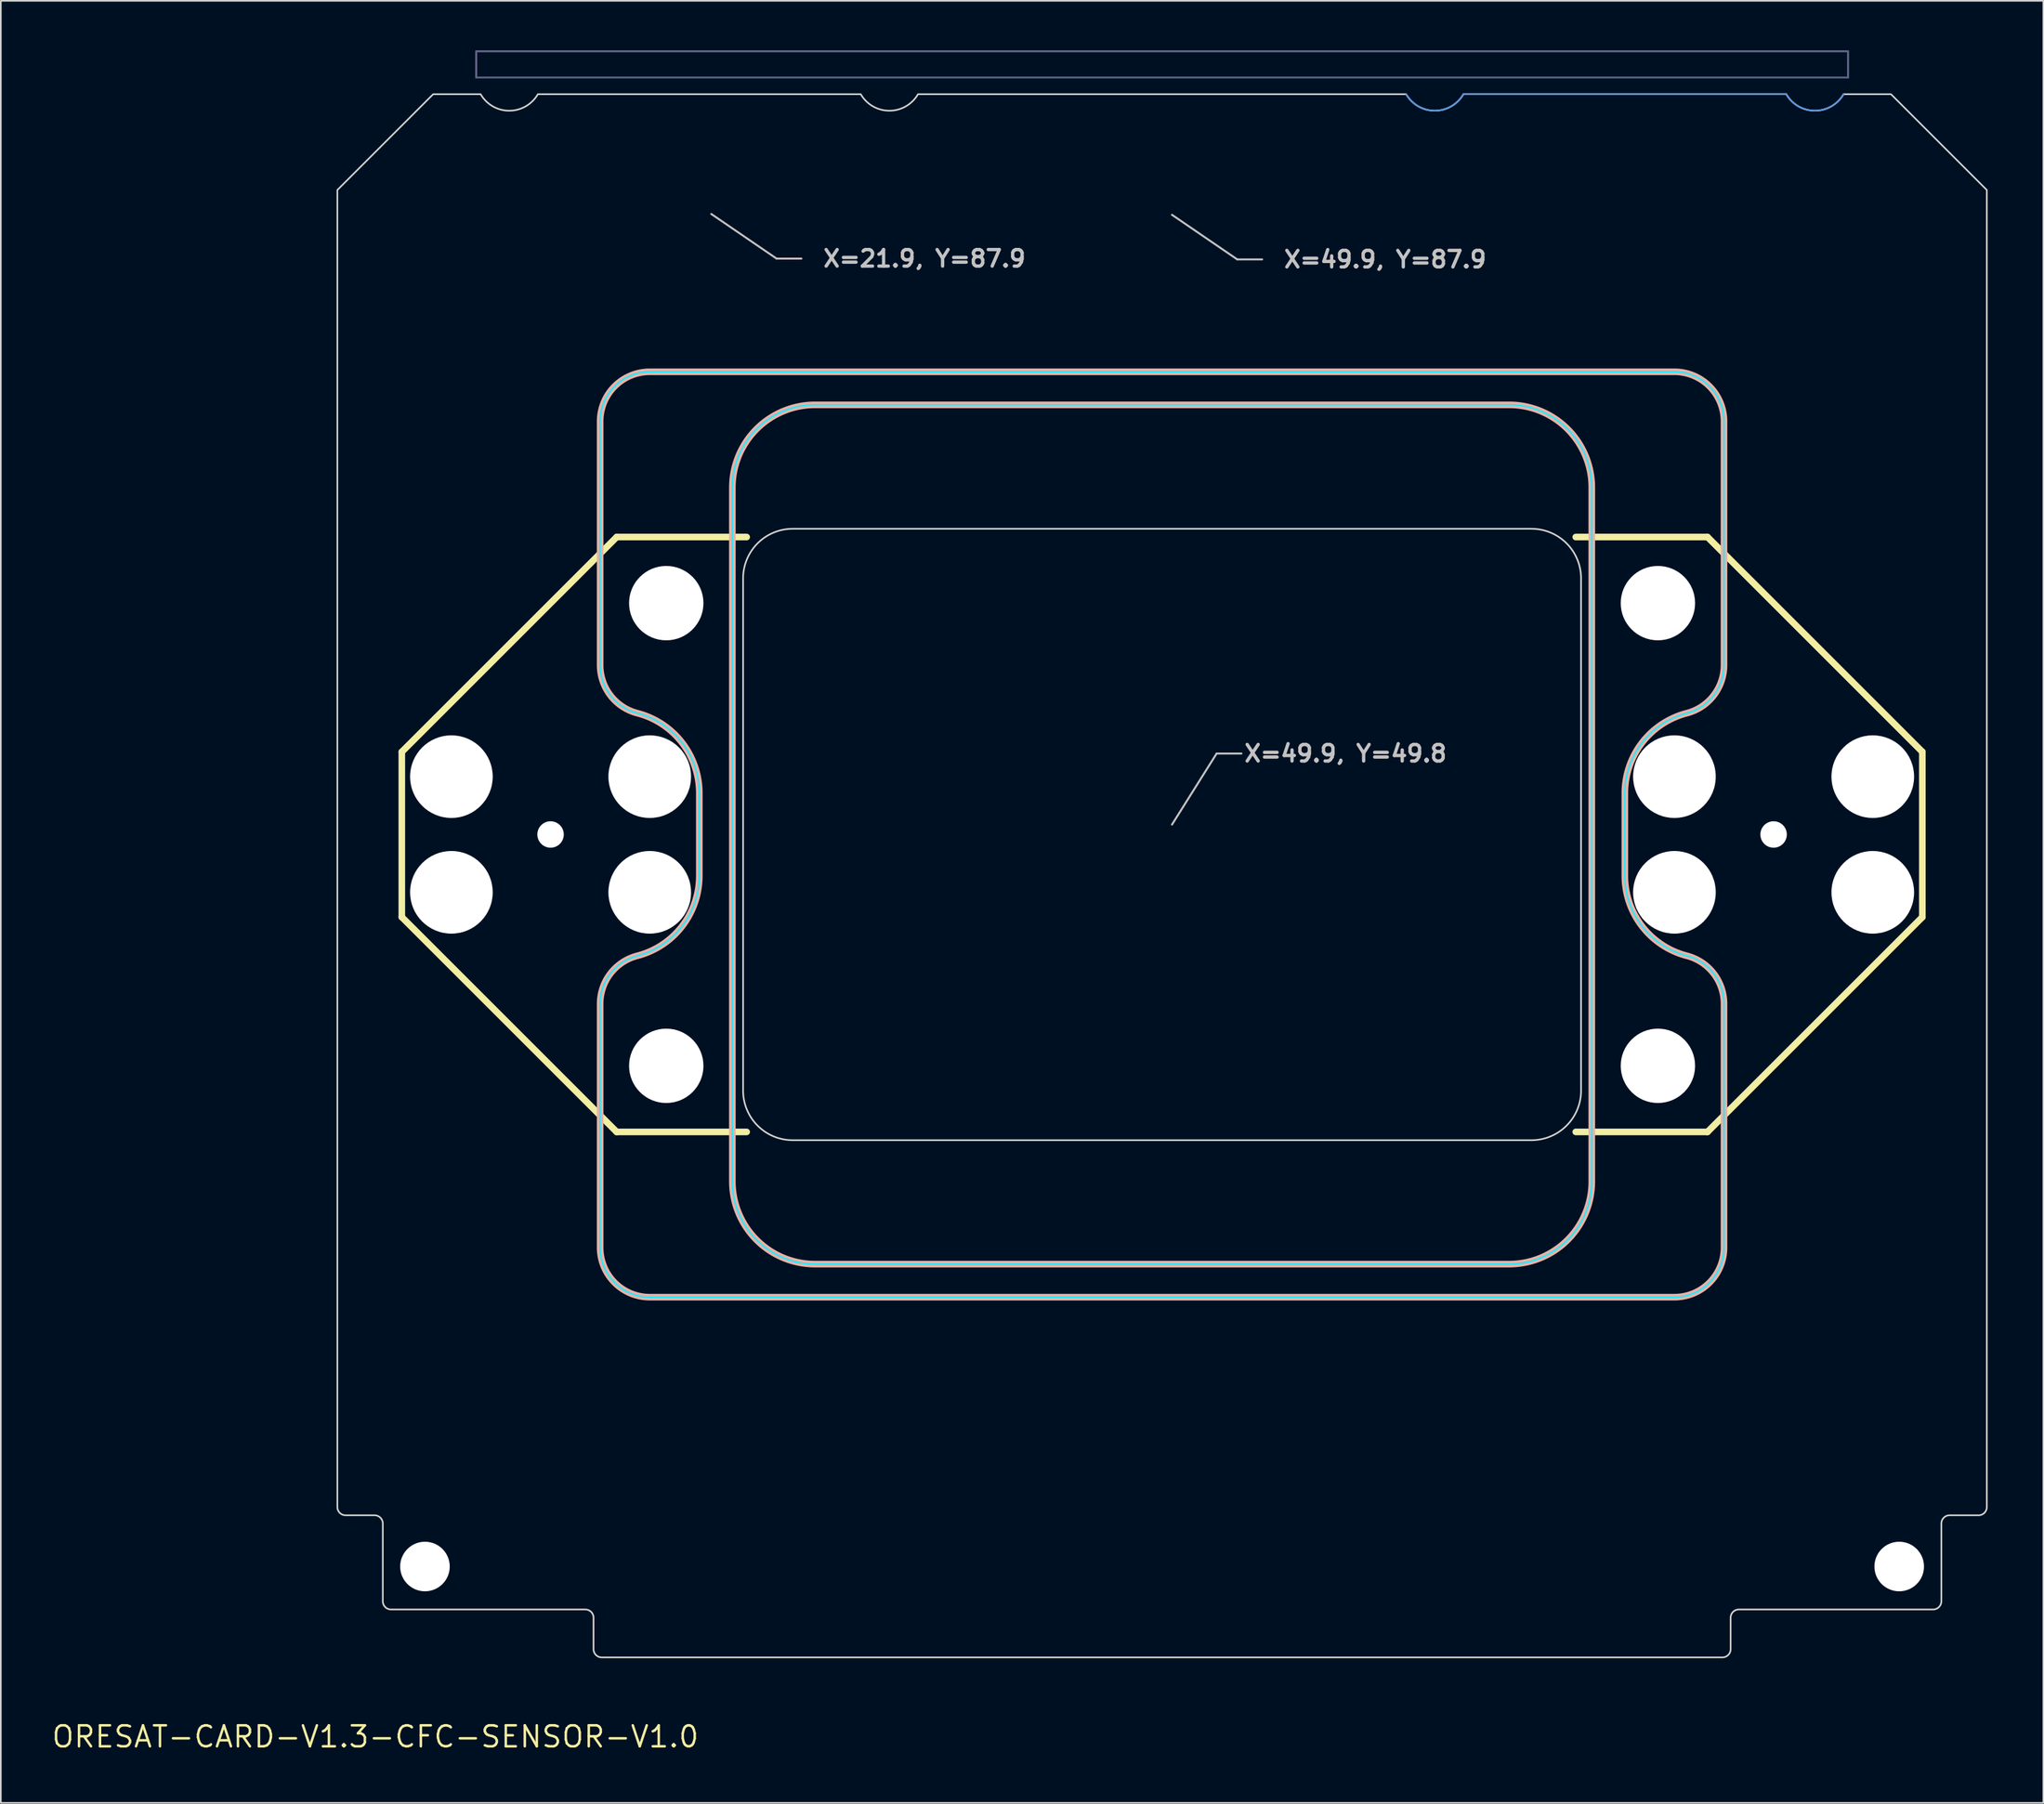
<source format=kicad_pcb>
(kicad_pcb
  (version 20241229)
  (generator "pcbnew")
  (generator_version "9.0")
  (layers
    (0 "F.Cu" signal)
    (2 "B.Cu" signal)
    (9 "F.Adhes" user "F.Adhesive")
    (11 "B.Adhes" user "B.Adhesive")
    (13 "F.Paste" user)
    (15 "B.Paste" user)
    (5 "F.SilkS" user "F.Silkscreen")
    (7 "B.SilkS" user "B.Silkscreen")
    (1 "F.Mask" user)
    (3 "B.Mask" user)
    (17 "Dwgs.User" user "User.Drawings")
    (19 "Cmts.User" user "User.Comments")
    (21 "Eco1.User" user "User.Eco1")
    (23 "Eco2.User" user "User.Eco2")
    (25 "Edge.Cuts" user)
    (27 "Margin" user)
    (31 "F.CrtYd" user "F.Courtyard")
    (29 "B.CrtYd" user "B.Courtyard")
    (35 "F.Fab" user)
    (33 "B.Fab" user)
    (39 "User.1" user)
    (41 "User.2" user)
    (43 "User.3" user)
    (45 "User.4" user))
  (footprint "ORESAT-CARD-V1.3-CFC-SENSOR-V1.0"
    (layer "F.Cu")
    (at 17.362 97.25)
    (property "Reference" "ORESAT-CARD-V1.3-CFC-SENSOR-V1.0" (at 2.3 4.8 0) (layer "F.SilkS") (effects (font (size 1.27 1.27) (thickness 0.15))))
    (fp_poly (pts (xy 2.75 -8.55) (xy 0.497 -8.55) (xy 0.358 -8.568) (xy 0.225 -8.623) (xy 0.111 -8.711) (xy 0.021 -8.827) (xy -0.05 -9.093) (xy -0.05 -88.821) (xy 2.75 -91.621)) (stroke (width 0) (type solid)) (fill yes) (layer "F.Mask"))
    (fp_poly (pts (xy 99.85 -88.822) (xy 99.85 -9.097) (xy 99.832 -8.958) (xy 99.777 -8.825) (xy 99.689 -8.711) (xy 99.575 -8.623) (xy 99.442 -8.568) (xy 99.303 -8.55) (xy 97.05 -8.55) (xy 97.05 -91.414)) (stroke (width 0) (type solid)) (fill yes) (layer "F.Mask"))
    (fp_poly (pts (xy 84.35 -0.497) (xy 84.332 -0.358) (xy 84.277 -0.225) (xy 84.189 -0.111) (xy 84.075 -0.023) (xy 83.942 0.032) (xy 83.803 0.05) (xy 15.997 0.05) (xy 15.858 0.032) (xy 15.725 -0.023) (xy 15.611 -0.111) (xy 15.521 -0.227) (xy 15.45 -0.493) (xy 15.45 -2.65) (xy 84.35 -2.65)) (stroke (width 0) (type solid)) (fill yes) (layer "F.Mask"))
    (fp_poly (pts (xy 2.75 -8.55) (xy 0.497 -8.55) (xy 0.358 -8.568) (xy 0.225 -8.623) (xy 0.111 -8.711) (xy 0.021 -8.827) (xy -0.05 -9.093) (xy -0.05 -88.821) (xy 2.75 -91.621)) (stroke (width 0) (type solid)) (fill yes) (layer "B.Mask"))
    (fp_poly (pts (xy 99.85 -88.822) (xy 99.85 -9.097) (xy 99.832 -8.958) (xy 99.777 -8.825) (xy 99.689 -8.711) (xy 99.575 -8.623) (xy 99.442 -8.568) (xy 99.303 -8.55) (xy 97.05 -8.55) (xy 97.05 -91.414)) (stroke (width 0) (type solid)) (fill yes) (layer "B.Mask"))
    (fp_poly (pts (xy 84.35 -0.497) (xy 84.332 -0.358) (xy 84.277 -0.225) (xy 84.189 -0.111) (xy 84.075 -0.023) (xy 83.942 0.032) (xy 83.803 0.05) (xy 15.997 0.05) (xy 15.858 0.032) (xy 15.725 -0.023) (xy 15.611 -0.111) (xy 15.521 -0.227) (xy 15.45 -0.493) (xy 15.45 -2.65) (xy 84.35 -2.65)) (stroke (width 0) (type solid)) (fill yes) (layer "B.Mask"))
    (fp_line (start 3.9 -54.8) (end 16.9 -67.8) (stroke (width 0.4) (type solid)) (layer "F.SilkS"))
    (fp_line (start 3.9 -44.8) (end 3.9 -54.8) (stroke (width 0.4) (type solid)) (layer "F.SilkS"))
    (fp_line (start 16.9 -67.8) (end 24.765 -67.8) (stroke (width 0.4) (type solid)) (layer "F.SilkS"))
    (fp_line (start 16.9 -31.8) (end 3.9 -44.8) (stroke (width 0.4) (type solid)) (layer "F.SilkS"))
    (fp_line (start 24.765 -31.8) (end 16.9 -31.8) (stroke (width 0.4) (type solid)) (layer "F.SilkS"))
    (fp_line (start 74.93 -67.8) (end 82.9 -67.8) (stroke (width 0.4) (type solid)) (layer "F.SilkS"))
    (fp_line (start 82.9 -67.8) (end 95.9 -54.8) (stroke (width 0.4) (type solid)) (layer "F.SilkS"))
    (fp_line (start 82.9 -31.8) (end 74.93 -31.8) (stroke (width 0.4) (type solid)) (layer "F.SilkS"))
    (fp_line (start 95.9 -54.8) (end 95.9 -44.8) (stroke (width 0.4) (type solid)) (layer "F.SilkS"))
    (fp_line (start 95.9 -44.8) (end 82.9 -31.8) (stroke (width 0.4) (type solid)) (layer "F.SilkS"))
    (fp_poly (pts (arc (start 28.9 -23.8) (mid 25.364459 -25.264463) (end 23.9 -28.8)) (arc (start 23.9 -70.8) (mid 25.364464 -74.335537) (end 28.9 -75.8)) (arc (start 70.9 -75.8) (mid 74.435527 -74.335531) (end 75.9 -70.8)) (arc (start 75.9 -28.8) (mid 74.435532 -25.264469) (end 70.9 -23.8))) (stroke (width 0.4) (type solid)) (fill no) (layer "B.SilkS"))
    (fp_poly (pts (arc (start 83.9 -74.8) (mid 83.021313 -76.921317) (end 80.9 -77.8)) (arc (start 18.9 -77.8) (mid 16.778677 -76.921323) (end 15.9 -74.8)) (arc (start 15.9 -60.045967) (mid 16.528272 -58.208844) (end 18.15 -57.141229)) (arc (start 18.15 -57.141229) (mid 20.85284 -55.36186) (end 21.9 -52.3)) (arc (start 21.9 -47.3) (mid 20.852845 -44.23814) (end 18.15 -42.458771)) (arc (start 18.15 -42.458771) (mid 16.528302 -41.391136) (end 15.9 -39.554033)) (arc (start 15.9 -24.8) (mid 16.778672 -22.678677) (end 18.9 -21.8)) (arc (start 80.9 -21.8) (mid 83.021318 -22.678682) (end 83.9 -24.8)) (arc (start 83.9 -39.554033) (mid 83.271715 -41.391151) (end 81.65 -42.458771)) (arc (start 81.65 -42.458771) (mid 78.947146 -44.238136) (end 77.9 -47.3)) (arc (start 77.9 -52.3) (mid 78.94715 -55.361865) (end 81.65 -57.141229)) (arc (start 81.65 -57.141229) (mid 83.271693 -58.208869) (end 83.9 -60.045967))) (stroke (width 0.4) (type solid)) (fill no) (layer "B.SilkS"))
    (fp_line (start 22.625 -87.35) (end 26.575 -84.65) (stroke (width 0.12) (type solid)) (layer "Dwgs.User"))
    (fp_line (start 26.575 -84.65) (end 28.075 -84.65) (stroke (width 0.12) (type solid)) (layer "Dwgs.User"))
    (fp_line (start 50.5 -87.3) (end 54.45 -84.6) (stroke (width 0.12) (type solid)) (layer "Dwgs.User"))
    (fp_line (start 50.5 -50.4) (end 53.2 -54.7) (stroke (width 0.12) (type solid)) (layer "Dwgs.User"))
    (fp_line (start 53.2 -54.7) (end 54.7 -54.7) (stroke (width 0.12) (type solid)) (layer "Dwgs.User"))
    (fp_line (start 54.45 -84.6) (end 55.95 -84.6) (stroke (width 0.12) (type solid)) (layer "Dwgs.User"))
    (fp_line (start 0 -88.8) (end 0 -9.1) (stroke (width 0.001) (type solid)) (layer "Cmts.User"))
    (fp_line (start 0.5 -8.6) (end 2.25 -8.6) (stroke (width 0.001) (type solid)) (layer "Cmts.User"))
    (fp_line (start 2.5 -91.3) (end 2.5 -8.6) (stroke (width 0.001) (type solid)) (layer "Cmts.User"))
    (fp_line (start 2.75 -8.1) (end 2.75 -3.4) (stroke (width 0.001) (type solid)) (layer "Cmts.User"))
    (fp_line (start 3.25 -2.9) (end 4.6 -2.9) (stroke (width 0.001) (type solid)) (layer "Cmts.User"))
    (fp_line (start 4.6 -93.4) (end 0 -88.8) (stroke (width 0.001) (type solid)) (layer "Cmts.User"))
    (fp_line (start 4.6 -2.9) (end 4.6 -93.4) (stroke (width 0.001) (type solid)) (layer "Cmts.User"))
    (fp_line (start 4.6 -2.9) (end 15 -2.9) (stroke (width 0.001) (type solid)) (layer "Cmts.User"))
    (fp_line (start 5.8 -94.6) (end 4.6 -93.4) (stroke (width 0.001) (type solid)) (layer "Cmts.User"))
    (fp_line (start 8.4 -95.6) (end 8.4 -97.2) (stroke (width 0.001) (type solid)) (layer "Cmts.User"))
    (fp_line (start 8.4 -2.9) (end 8.4 -94.6) (stroke (width 0.001) (type solid)) (layer "Cmts.User"))
    (fp_line (start 8.668 -94.6) (end 5.8 -94.6) (stroke (width 0.001) (type solid)) (layer "Cmts.User"))
    (fp_line (start 9.873 -87.9) (end 56.421 -87.9) (stroke (width 0.001) (type solid)) (layer "Cmts.User"))
    (fp_line (start 15.5 -2.4) (end 15.5 -0.5) (stroke (width 0.001) (type solid)) (layer "Cmts.User"))
    (fp_line (start 15.5 -2.4) (end 84.3 -2.4) (stroke (width 0.001) (type solid)) (layer "Cmts.User"))
    (fp_line (start 16 0) (end 83.8 0) (stroke (width 0.001) (type solid)) (layer "Cmts.User"))
    (fp_line (start 21.9 -89.9) (end 21.9 -85.9) (stroke (width 0.001) (type solid)) (layer "Cmts.User"))
    (fp_line (start 31.668 -94.6) (end 12.132 -94.6) (stroke (width 0.001) (type solid)) (layer "Cmts.User"))
    (fp_line (start 49.9 -44.572) (end 49.9 -89.9) (stroke (width 0.001) (type solid)) (layer "Cmts.User"))
    (fp_line (start 64.668 -94.6) (end 35.132 -94.6) (stroke (width 0.001) (type solid)) (layer "Cmts.User"))
    (fp_line (start 84.3 -0.5) (end 84.3 -2.4) (stroke (width 0.001) (type solid)) (layer "Cmts.User"))
    (fp_line (start 84.8 -2.9) (end 95.2 -2.9) (stroke (width 0.001) (type solid)) (layer "Cmts.User"))
    (fp_line (start 87.668 -94.6) (end 68.132 -94.6) (stroke (width 0.1) (type solid)) (layer "Cmts.User"))
    (fp_line (start 91.4 -97.2) (end 8.4 -97.2) (stroke (width 0.001) (type solid)) (layer "Cmts.User"))
    (fp_line (start 91.4 -97.2) (end 91.4 -95.6) (stroke (width 0.001) (type solid)) (layer "Cmts.User"))
    (fp_line (start 91.4 -95.6) (end 8.4 -95.6) (stroke (width 0.001) (type solid)) (layer "Cmts.User"))
    (fp_line (start 91.4 -2.9) (end 91.4 -94.6) (stroke (width 0.001) (type solid)) (layer "Cmts.User"))
    (fp_line (start 94 -94.6) (end 91.132 -94.6) (stroke (width 0.001) (type solid)) (layer "Cmts.User"))
    (fp_line (start 95.2 -93.4) (end 94 -94.6) (stroke (width 0.001) (type solid)) (layer "Cmts.User"))
    (fp_line (start 95.2 -2.9) (end 95.2 -93.4) (stroke (width 0.001) (type solid)) (layer "Cmts.User"))
    (fp_line (start 95.2 -2.9) (end 96.55 -2.9) (stroke (width 0.001) (type solid)) (layer "Cmts.User"))
    (fp_line (start 97.05 -3.4) (end 97.05 -8.1) (stroke (width 0.001) (type solid)) (layer "Cmts.User"))
    (fp_line (start 97.3 -8.55) (end 97.3 -91.3) (stroke (width 0.001) (type solid)) (layer "Cmts.User"))
    (fp_line (start 97.55 -8.6) (end 99.3 -8.6) (stroke (width 0.001) (type solid)) (layer "Cmts.User"))
    (fp_line (start 99.8 -88.8) (end 95.2 -93.4) (stroke (width 0.001) (type solid)) (layer "Cmts.User"))
    (fp_line (start 99.8 -9.1) (end 99.8 -88.8) (stroke (width 0.001) (type solid)) (layer "Cmts.User"))
    (fp_arc (start 0.5 -8.6) (mid 0.146447 -8.746447) (end 0 -9.1) (stroke (width 0.001) (type solid)) (layer "Cmts.User"))
    (fp_arc (start 2.25 -8.6) (mid 2.603553 -8.453553) (end 2.75 -8.1) (stroke (width 0.001) (type solid)) (layer "Cmts.User"))
    (fp_arc (start 3.25 -2.9) (mid 2.896447 -3.046447) (end 2.75 -3.4) (stroke (width 0.001) (type solid)) (layer "Cmts.User"))
    (fp_arc (start 12.13205 -94.6) (mid 10.400001 -93.6) (end 8.667951 -94.599999) (stroke (width 0.001) (type solid)) (layer "Cmts.User"))
    (fp_arc (start 15 -2.9) (mid 15.353553 -2.753553) (end 15.5 -2.4) (stroke (width 0.001) (type solid)) (layer "Cmts.User"))
    (fp_arc (start 16 0) (mid 15.646447 -0.146447) (end 15.5 -0.5) (stroke (width 0.001) (type solid)) (layer "Cmts.User"))
    (fp_arc (start 35.13205 -94.6) (mid 33.400001 -93.6) (end 31.667951 -94.599999) (stroke (width 0.001) (type solid)) (layer "Cmts.User"))
    (fp_arc (start 68.132052 -94.6) (mid 66.400001 -93.6) (end 64.66795 -94.6) (stroke (width 0.1) (type solid)) (layer "Cmts.User"))
    (fp_arc (start 84.3 -2.4) (mid 84.446447 -2.753553) (end 84.8 -2.9) (stroke (width 0.001) (type solid)) (layer "Cmts.User"))
    (fp_arc (start 84.3 -0.5) (mid 84.153553 -0.146447) (end 83.8 0) (stroke (width 0.001) (type solid)) (layer "Cmts.User"))
    (fp_arc (start 91.132052 -94.6) (mid 89.400001 -93.6) (end 87.66795 -94.6) (stroke (width 0.1) (type solid)) (layer "Cmts.User"))
    (fp_arc (start 97.05 -8.1) (mid 97.196447 -8.453553) (end 97.55 -8.6) (stroke (width 0.001) (type solid)) (layer "Cmts.User"))
    (fp_arc (start 97.05 -3.4) (mid 96.903553 -3.046447) (end 96.55 -2.9) (stroke (width 0.001) (type solid)) (layer "Cmts.User"))
    (fp_arc (start 99.8 -9.1) (mid 99.653553 -8.746447) (end 99.3 -8.6) (stroke (width 0.001) (type solid)) (layer "Cmts.User"))
    (fp_circle (center 49.9 -49.8) (end 52.4 -49.8) (stroke (width 0.001) (type solid)) (fill no) (layer "Cmts.User"))
    (fp_poly (pts (arc (start 75.25 -65.3) (mid 75.246232 -65.449902) (end 75.235019 -65.599432)) (arc (start 75.235019 -65.599432) (mid 74.819122 -66.848904) (end 73.908312 -67.8)) (arc (start 73.908312 -67.8) (mid 73.116071 -68.172435) (end 72.25 -68.3)) (arc (start 27.55 -68.3) (mid 26.683927 -68.172443) (end 25.891688 -67.8)) (arc (start 25.891688 -67.8) (mid 24.980878 -66.848906) (end 24.564981 -65.599432)) (arc (start 24.564981 -65.599432) (mid 24.553764 -65.449903) (end 24.55 -65.3)) (xy 24.55 -61.962) (arc (start 24.55 -34.3) (mid 24.553768 -34.150098) (end 24.564981 -34.000568)) (arc (start 24.564981 -34.000568) (mid 24.980878 -32.751096) (end 25.891688 -31.8)) (arc (start 25.891688 -31.8) (mid 26.683929 -31.427565) (end 27.55 -31.3)) (arc (start 72.25 -31.3) (mid 73.116073 -31.427557) (end 73.908312 -31.8)) (arc (start 73.908312 -31.8) (mid 74.819111 -32.751103) (end 75.235019 -34.000568)) (arc (start 75.235019 -34.000568) (mid 75.246236 -34.150097) (end 75.25 -34.3)) (xy 75.25 -37.638) (xy 75.25 -61.962)) (stroke (width 0.1) (type solid)) (fill no) (layer "Edge.Cuts"))
    (fp_poly (pts (arc (start 15.5 -0.5) (mid 15.646453 -0.146451) (end 16 0)) (arc (start 83.8 0) (mid 84.15355 -0.146457) (end 84.3 -0.5)) (arc (start 84.3 -2.4) (mid 84.446443 -2.753564) (end 84.8 -2.9)) (arc (start 96.55 -2.9) (mid 96.90355 -3.046457) (end 97.05 -3.4)) (arc (start 97.05 -8.1) (mid 97.196443 -8.453564) (end 97.55 -8.6)) (arc (start 99.3 -8.6) (mid 99.65355 -8.746457) (end 99.8 -9.1)) (xy 99.8 -88.802) (xy 94.002 -94.6) (arc (start 91.132051 -94.6) (mid 89.4 -93.6) (end 87.667949 -94.6)) (arc (start 68.132051 -94.6) (mid 66.4 -93.6) (end 64.667949 -94.6)) (arc (start 35.132051 -94.6) (mid 33.4 -93.6) (end 31.667949 -94.6)) (arc (start 12.132051 -94.6) (mid 10.4 -93.6) (end 8.667949 -94.6)) (xy 5.798 -94.6) (xy 0 -88.802) (arc (start 0 -9.1) (mid 0.146453 -8.746451) (end 0.5 -8.6)) (arc (start 2.25 -8.6) (mid 2.60356 -8.453558) (end 2.75 -8.1)) (arc (start 2.75 -3.4) (mid 2.896453 -3.046451) (end 3.25 -2.9)) (arc (start 15 -2.9) (mid 15.35356 -2.753558) (end 15.5 -2.4))) (stroke (width 0.1) (type solid)) (fill no) (layer "Edge.Cuts"))
    (fp_line (start -0.4 -93.4) (end -0.4 0.6) (stroke (width 0.001) (type solid)) (layer "B.CrtYd"))
    (fp_line (start -0.4 0.6) (end 100.22 0.6) (stroke (width 0.001) (type solid)) (layer "B.CrtYd"))
    (fp_line (start 3.1 -93.4) (end -0.4 -93.4) (stroke (width 0.001) (type solid)) (layer "B.CrtYd"))
    (fp_line (start 3.1 -2.9) (end 3.1 -93.4) (stroke (width 0.001) (type solid)) (layer "B.CrtYd"))
    (fp_line (start 3.1 -2.9) (end 96.7 -2.9) (stroke (width 0.001) (type solid)) (layer "B.CrtYd"))
    (fp_line (start 96.7 -93.4) (end 100.22 -93.4) (stroke (width 0.001) (type solid)) (layer "B.CrtYd"))
    (fp_line (start 96.7 -2.9) (end 96.7 -93.4) (stroke (width 0.001) (type solid)) (layer "B.CrtYd"))
    (fp_line (start 100.22 -93.4) (end 100.22 0.6) (stroke (width 0.001) (type solid)) (layer "B.CrtYd"))
    (fp_poly (pts (arc (start 28.9 -23.8) (mid 25.364459 -25.264463) (end 23.9 -28.8)) (arc (start 23.9 -70.8) (mid 25.364464 -74.335537) (end 28.9 -75.8)) (arc (start 70.9 -75.8) (mid 74.435527 -74.335531) (end 75.9 -70.8)) (arc (start 75.9 -28.8) (mid 74.435532 -25.264469) (end 70.9 -23.8))) (stroke (width 0.1) (type solid)) (fill no) (layer "B.CrtYd"))
    (fp_poly (pts (arc (start 83.9 -74.8) (mid 83.021313 -76.921317) (end 80.9 -77.8)) (arc (start 18.9 -77.8) (mid 16.778677 -76.921323) (end 15.9 -74.8)) (arc (start 15.9 -60.045967) (mid 16.528272 -58.208844) (end 18.15 -57.141229)) (arc (start 18.15 -57.141229) (mid 20.85284 -55.36186) (end 21.9 -52.3)) (arc (start 21.9 -47.3) (mid 20.852845 -44.23814) (end 18.15 -42.458771)) (arc (start 18.15 -42.458771) (mid 16.528302 -41.391136) (end 15.9 -39.554033)) (arc (start 15.9 -24.8) (mid 16.778672 -22.678677) (end 18.9 -21.8)) (arc (start 80.9 -21.8) (mid 83.021318 -22.678682) (end 83.9 -24.8)) (arc (start 83.9 -39.554033) (mid 83.271715 -41.391151) (end 81.65 -42.458771)) (arc (start 81.65 -42.458771) (mid 78.947146 -44.238136) (end 77.9 -47.3)) (arc (start 77.9 -52.3) (mid 78.94715 -55.361865) (end 81.65 -57.141229)) (arc (start 81.65 -57.141229) (mid 83.271693 -58.208869) (end 83.9 -60.045967))) (stroke (width 0.1) (type solid)) (fill no) (layer "B.CrtYd"))
    (fp_line (start -0.4 -93.4) (end -0.4 0.6) (stroke (width 0.001) (type solid)) (layer "F.CrtYd"))
    (fp_line (start -0.4 0.6) (end 100.22 0.6) (stroke (width 0.001) (type solid)) (layer "F.CrtYd"))
    (fp_line (start 3.1 -93.4) (end -0.4 -93.4) (stroke (width 0.001) (type solid)) (layer "F.CrtYd"))
    (fp_line (start 3.1 -2.9) (end 3.1 -93.4) (stroke (width 0.001) (type solid)) (layer "F.CrtYd"))
    (fp_line (start 3.1 -2.9) (end 96.7 -2.9) (stroke (width 0.001) (type solid)) (layer "F.CrtYd"))
    (fp_line (start 96.7 -93.4) (end 100.22 -93.4) (stroke (width 0.001) (type solid)) (layer "F.CrtYd"))
    (fp_line (start 96.7 -2.9) (end 96.7 -93.4) (stroke (width 0.001) (type solid)) (layer "F.CrtYd"))
    (fp_line (start 100.22 -93.4) (end 100.22 0.6) (stroke (width 0.001) (type solid)) (layer "F.CrtYd"))
    (fp_line (start 4.6 -2.9) (end 4.6 -93.4) (stroke (width 0.001) (type solid)) (layer "B.Fab"))
    (fp_line (start 8.4 -2.9) (end 8.4 -94.6) (stroke (width 0.001) (type solid)) (layer "B.Fab"))
    (fp_line (start 91.4 -2.9) (end 91.4 -94.6) (stroke (width 0.001) (type solid)) (layer "B.Fab"))
    (fp_line (start 95.2 -2.9) (end 95.2 -93.4) (stroke (width 0.001) (type solid)) (layer "B.Fab"))
    (fp_poly (pts (xy 8.4 -95.6) (xy 91.4 -95.6) (xy 91.4 -97.2) (xy 8.4 -97.2)) (stroke (width 0.1) (type solid)) (fill no) (layer "B.Fab"))
    (fp_line (start 4.6 -2.9) (end 4.6 -93.4) (stroke (width 0.001) (type solid)) (layer "F.Fab"))
    (fp_line (start 8.4 -2.9) (end 8.4 -94.6) (stroke (width 0.001) (type solid)) (layer "F.Fab"))
    (fp_line (start 20.9 -87.894) (end 22.9 -87.894) (stroke (width 0.001) (type solid)) (layer "F.Fab"))
    (fp_line (start 21.9 -88.894) (end 21.9 -86.894) (stroke (width 0.001) (type solid)) (layer "F.Fab"))
    (fp_line (start 48.9 -87.894) (end 50.9 -87.894) (stroke (width 0.001) (type solid)) (layer "F.Fab"))
    (fp_line (start 48.9 -49.8) (end 50.9 -49.8) (stroke (width 0.001) (type solid)) (layer "F.Fab"))
    (fp_line (start 49.9 -88.894) (end 49.9 -86.894) (stroke (width 0.001) (type solid)) (layer "F.Fab"))
    (fp_line (start 49.9 -50.8) (end 49.9 -48.8) (stroke (width 0.001) (type solid)) (layer "F.Fab"))
    (fp_line (start 91.4 -2.9) (end 91.4 -94.6) (stroke (width 0.001) (type solid)) (layer "F.Fab"))
    (fp_line (start 95.2 -2.9) (end 95.2 -93.4) (stroke (width 0.001) (type solid)) (layer "F.Fab"))
    (fp_circle (center 21.9 -87.894) (end 22.4 -87.894) (stroke (width 0.001) (type solid)) (fill no) (layer "F.Fab"))
    (fp_circle (center 49.9 -87.894) (end 50.4 -87.894) (stroke (width 0.001) (type solid)) (fill no) (layer "F.Fab"))
    (fp_circle (center 49.9 -49.8) (end 50.4 -49.8) (stroke (width 0.001) (type solid)) (fill no) (layer "F.Fab"))
    (fp_poly (pts (xy 8.4 -95.6) (xy 91.4 -95.6) (xy 91.4 -97.2) (xy 8.4 -97.2)) (stroke (width 0.1) (type solid)) (fill no) (layer "F.Fab"))
    (fp_text user "X=49.9, Y=87.9" (at 63.4 -84.6 0) (unlocked yes) (layer "Dwgs.User") (effects (font (size 1 1) (thickness 0.2))))
    (fp_text user "X=21.9, Y=87.9" (at 35.525 -84.65 0) (unlocked yes) (layer "Dwgs.User") (effects (font (size 1 1) (thickness 0.2))))
    (fp_text user "X=49.9, Y=49.8" (at 61 -54.7 0) (unlocked yes) (layer "Dwgs.User") (effects (font (size 1 1) (thickness 0.2))))
    (pad "" np_thru_hole circle (at 5.3 -5.5) (size 3 3) (drill 3) (layers "*.Cu" "*.Mask"))
    (pad "" np_thru_hole circle (at 6.9 -53.3 180) (size 5 5) (drill 5) (layers "*.Cu" "*.Mask"))
    (pad "" np_thru_hole circle (at 6.9 -46.3 180) (size 5 5) (drill 5) (layers "*.Cu" "*.Mask"))
    (pad "" np_thru_hole circle (at 12.9 -49.8) (size 1.6 1.6) (drill 1.6) (layers "*.Cu" "*.Mask"))
    (pad "" np_thru_hole circle (at 18.9 -53.3 180) (size 5 5) (drill 5) (layers "*.Cu" "*.Mask"))
    (pad "" np_thru_hole circle (at 18.9 -46.3 180) (size 5 5) (drill 5) (layers "*.Cu" "*.Mask"))
    (pad "" np_thru_hole circle (at 19.9 -63.8 90) (size 4.5 4.5) (drill 4.5) (layers "*.Cu" "*.Mask"))
    (pad "" np_thru_hole circle (at 19.9 -35.8 90) (size 4.5 4.5) (drill 4.5) (layers "*.Cu" "*.Mask"))
    (pad "" np_thru_hole circle (at 79.9 -63.8 90) (size 4.5 4.5) (drill 4.5) (layers "*.Cu" "*.Mask"))
    (pad "" np_thru_hole circle (at 79.9 -35.8 90) (size 4.5 4.5) (drill 4.5) (layers "*.Cu" "*.Mask"))
    (pad "" np_thru_hole circle (at 80.9 -53.3 180) (size 5 5) (drill 5) (layers "*.Cu" "*.Mask"))
    (pad "" np_thru_hole circle (at 80.9 -46.3 180) (size 5 5) (drill 5) (layers "*.Cu" "*.Mask"))
    (pad "" np_thru_hole circle (at 86.9 -49.8) (size 1.6 1.6) (drill 1.6) (layers "*.Cu" "*.Mask"))
    (pad "" np_thru_hole circle (at 92.9 -53.3 180) (size 5 5) (drill 5) (layers "*.Cu" "*.Mask"))
    (pad "" np_thru_hole circle (at 92.9 -46.3 180) (size 5 5) (drill 5) (layers "*.Cu" "*.Mask"))
    (pad "" np_thru_hole circle (at 94.5 -5.5) (size 3 3) (drill 3) (layers "*.Cu" "*.Mask"))
    (zone (net_name "") (layer "F.Cu") (name "Under-heat-spreader") (hatch edge 0.5) (connect_pads) (min_thickness 0.25) (filled_areas_thickness no) (keepout (tracks allowed) (vias allowed) (pads not_allowed) (copperpour allowed) (footprints not_allowed)) (placement (enabled no)) (fill) (polygon (pts (xy 113.262 42.45) (xy 113.262 52.45) (xy 100.262 65.45) (xy 34.262 65.45) (xy 21.262 52.45) (xy 21.262 42.45) (xy 34.262 29.45) (xy 100.262 29.45))))
    (zone (net_name "") (layer "F.Cu") (name "lens_mount") (hatch edge 0.508) (connect_pads) (min_thickness 0.254) (filled_areas_thickness no) (keepout (tracks not_allowed) (vias not_allowed) (pads allowed) (copperpour not_allowed) (footprints not_allowed)) (placement (enabled no)) (fill) (polygon (pts (xy 42.267 33.45) (xy 42.247 33.005) (xy 42.188 32.564) (xy 42.09 32.129) (xy 41.953 31.705) (xy 41.78 31.295) (xy 41.57 30.902) (xy 41.327 30.529) (xy 41.051 30.18) (xy 40.745 29.856) (xy 40.412 29.56) (xy 40.054 29.296) (xy 39.673 29.064) (xy 39.274 28.867) (xy 38.858 28.706) (xy 38.43 28.583) (xy 37.993 28.499) (xy 37.55 28.453) (xy 37.105 28.447) (xy 36.661 28.481) (xy 36.221 28.554) (xy 35.79 28.666) (xy 35.371 28.816) (xy 34.966 29.002) (xy 34.58 29.224) (xy 34.215 29.479) (xy 33.874 29.766) (xy 33.56 30.082) (xy 33.275 30.424) (xy 33.022 30.79) (xy 32.803 31.178) (xy 32.618 31.583) (xy 32.471 32.003) (xy 32.361 32.435) (xy 32.29 32.875) (xy 32.259 33.319) (xy 32.267 33.764) (xy 32.315 34.207) (xy 32.401 34.644) (xy 32.527 35.071) (xy 32.69 35.486) (xy 32.889 35.884) (xy 33.122 36.263) (xy 33.389 36.62) (xy 33.686 36.952) (xy 34.012 37.256) (xy 34.363 37.53) (xy 34.737 37.771) (xy 35.131 37.979) (xy 35.542 38.15) (xy 35.967 38.284) (xy 36.402 38.381) (xy 36.843 38.437) (xy 37.288 38.455) (xy 37.733 38.433) (xy 38.174 38.371) (xy 38.608 38.271) (xy 39.031 38.132) (xy 39.44 37.956) (xy 39.832 37.745) (xy 40.204 37.499) (xy 40.552 37.222) (xy 40.874 36.914) (xy 41.168 36.579) (xy 41.431 36.22) (xy 41.661 35.838) (xy 41.855 35.438) (xy 42.014 35.022) (xy 42.135 34.593) (xy 42.217 34.155) (xy 42.26 33.712))))
    (zone (net_name "") (layer "F.Cu") (name "lens_mount") (hatch edge 0.508) (connect_pads) (min_thickness 0.254) (filled_areas_thickness no) (keepout (tracks not_allowed) (vias not_allowed) (pads allowed) (copperpour not_allowed) (footprints not_allowed)) (placement (enabled no)) (fill) (polygon (pts (xy 42.267 61.45) (xy 42.247 61.005) (xy 42.188 60.564) (xy 42.09 60.129) (xy 41.953 59.705) (xy 41.78 59.295) (xy 41.57 58.902) (xy 41.327 58.529) (xy 41.051 58.18) (xy 40.745 57.856) (xy 40.412 57.56) (xy 40.054 57.296) (xy 39.673 57.064) (xy 39.274 56.867) (xy 38.858 56.706) (xy 38.43 56.583) (xy 37.993 56.499) (xy 37.55 56.453) (xy 37.105 56.447) (xy 36.661 56.481) (xy 36.221 56.554) (xy 35.79 56.666) (xy 35.371 56.816) (xy 34.966 57.002) (xy 34.58 57.224) (xy 34.215 57.479) (xy 33.874 57.766) (xy 33.56 58.082) (xy 33.275 58.424) (xy 33.022 58.79) (xy 32.803 59.178) (xy 32.618 59.583) (xy 32.471 60.003) (xy 32.361 60.435) (xy 32.29 60.875) (xy 32.259 61.319) (xy 32.267 61.764) (xy 32.315 62.207) (xy 32.401 62.644) (xy 32.527 63.071) (xy 32.69 63.486) (xy 32.889 63.884) (xy 33.122 64.263) (xy 33.389 64.62) (xy 33.686 64.952) (xy 34.012 65.256) (xy 34.363 65.53) (xy 34.737 65.771) (xy 35.131 65.979) (xy 35.542 66.15) (xy 35.967 66.284) (xy 36.402 66.381) (xy 36.843 66.437) (xy 37.288 66.455) (xy 37.733 66.433) (xy 38.174 66.371) (xy 38.608 66.271) (xy 39.031 66.132) (xy 39.44 65.956) (xy 39.832 65.745) (xy 40.204 65.499) (xy 40.552 65.222) (xy 40.874 64.914) (xy 41.168 64.579) (xy 41.431 64.22) (xy 41.661 63.838) (xy 41.855 63.438) (xy 42.014 63.022) (xy 42.135 62.593) (xy 42.217 62.155) (xy 42.26 61.712))))
    (zone (net_name "") (layer "F.Cu") (name "lens_mount") (hatch edge 0.508) (connect_pads) (min_thickness 0.254) (filled_areas_thickness no) (keepout (tracks not_allowed) (vias not_allowed) (pads allowed) (copperpour not_allowed) (footprints not_allowed)) (placement (enabled no)) (fill) (polygon (pts (xy 102.267 33.45) (xy 102.247 33.005) (xy 102.188 32.564) (xy 102.09 32.129) (xy 101.953 31.705) (xy 101.78 31.295) (xy 101.57 30.902) (xy 101.327 30.529) (xy 101.051 30.18) (xy 100.745 29.856) (xy 100.412 29.56) (xy 100.054 29.296) (xy 99.673 29.064) (xy 99.274 28.867) (xy 98.858 28.706) (xy 98.43 28.583) (xy 97.993 28.499) (xy 97.55 28.453) (xy 97.105 28.447) (xy 96.661 28.481) (xy 96.221 28.554) (xy 95.79 28.666) (xy 95.371 28.816) (xy 94.966 29.002) (xy 94.58 29.224) (xy 94.215 29.479) (xy 93.874 29.766) (xy 93.56 30.082) (xy 93.275 30.424) (xy 93.022 30.79) (xy 92.803 31.178) (xy 92.618 31.583) (xy 92.471 32.003) (xy 92.361 32.435) (xy 92.29 32.875) (xy 92.259 33.319) (xy 92.267 33.764) (xy 92.315 34.207) (xy 92.401 34.644) (xy 92.527 35.071) (xy 92.69 35.486) (xy 92.889 35.884) (xy 93.122 36.263) (xy 93.389 36.62) (xy 93.686 36.952) (xy 94.012 37.256) (xy 94.363 37.53) (xy 94.737 37.771) (xy 95.131 37.979) (xy 95.542 38.15) (xy 95.967 38.284) (xy 96.402 38.381) (xy 96.843 38.437) (xy 97.288 38.455) (xy 97.733 38.433) (xy 98.174 38.371) (xy 98.608 38.271) (xy 99.031 38.132) (xy 99.44 37.956) (xy 99.832 37.745) (xy 100.204 37.499) (xy 100.552 37.222) (xy 100.874 36.914) (xy 101.168 36.579) (xy 101.431 36.22) (xy 101.661 35.838) (xy 101.855 35.438) (xy 102.014 35.022) (xy 102.135 34.593) (xy 102.217 34.155) (xy 102.26 33.712))))
    (zone (net_name "") (layer "F.Cu") (name "lens_mount") (hatch edge 0.508) (connect_pads) (min_thickness 0.254) (filled_areas_thickness no) (keepout (tracks not_allowed) (vias not_allowed) (pads allowed) (copperpour not_allowed) (footprints not_allowed)) (placement (enabled no)) (fill) (polygon (pts (xy 102.267 61.45) (xy 102.247 61.005) (xy 102.188 60.564) (xy 102.09 60.129) (xy 101.953 59.705) (xy 101.78 59.295) (xy 101.57 58.902) (xy 101.327 58.529) (xy 101.051 58.18) (xy 100.745 57.856) (xy 100.412 57.56) (xy 100.054 57.296) (xy 99.673 57.064) (xy 99.274 56.867) (xy 98.858 56.706) (xy 98.43 56.583) (xy 97.993 56.499) (xy 97.55 56.453) (xy 97.105 56.447) (xy 96.661 56.481) (xy 96.221 56.554) (xy 95.79 56.666) (xy 95.371 56.816) (xy 94.966 57.002) (xy 94.58 57.224) (xy 94.215 57.479) (xy 93.874 57.766) (xy 93.56 58.082) (xy 93.275 58.424) (xy 93.022 58.79) (xy 92.803 59.178) (xy 92.618 59.583) (xy 92.471 60.003) (xy 92.361 60.435) (xy 92.29 60.875) (xy 92.259 61.319) (xy 92.267 61.764) (xy 92.315 62.207) (xy 92.401 62.644) (xy 92.527 63.071) (xy 92.69 63.486) (xy 92.889 63.884) (xy 93.122 64.263) (xy 93.389 64.62) (xy 93.686 64.952) (xy 94.012 65.256) (xy 94.363 65.53) (xy 94.737 65.771) (xy 95.131 65.979) (xy 95.542 66.15) (xy 95.967 66.284) (xy 96.402 66.381) (xy 96.843 66.437) (xy 97.288 66.455) (xy 97.733 66.433) (xy 98.174 66.371) (xy 98.608 66.271) (xy 99.031 66.132) (xy 99.44 65.956) (xy 99.832 65.745) (xy 100.204 65.499) (xy 100.552 65.222) (xy 100.874 64.914) (xy 101.168 64.579) (xy 101.431 64.22) (xy 101.661 63.838) (xy 101.855 63.438) (xy 102.014 63.022) (xy 102.135 62.593) (xy 102.217 62.155) (xy 102.26 61.712)))))
  (gr_rect
    (start -3 -3)
    (end 120.583 106.056)
    (stroke (width 0.1) (type default))
    (fill no)
    (layer "Edge.Cuts")))
</source>
